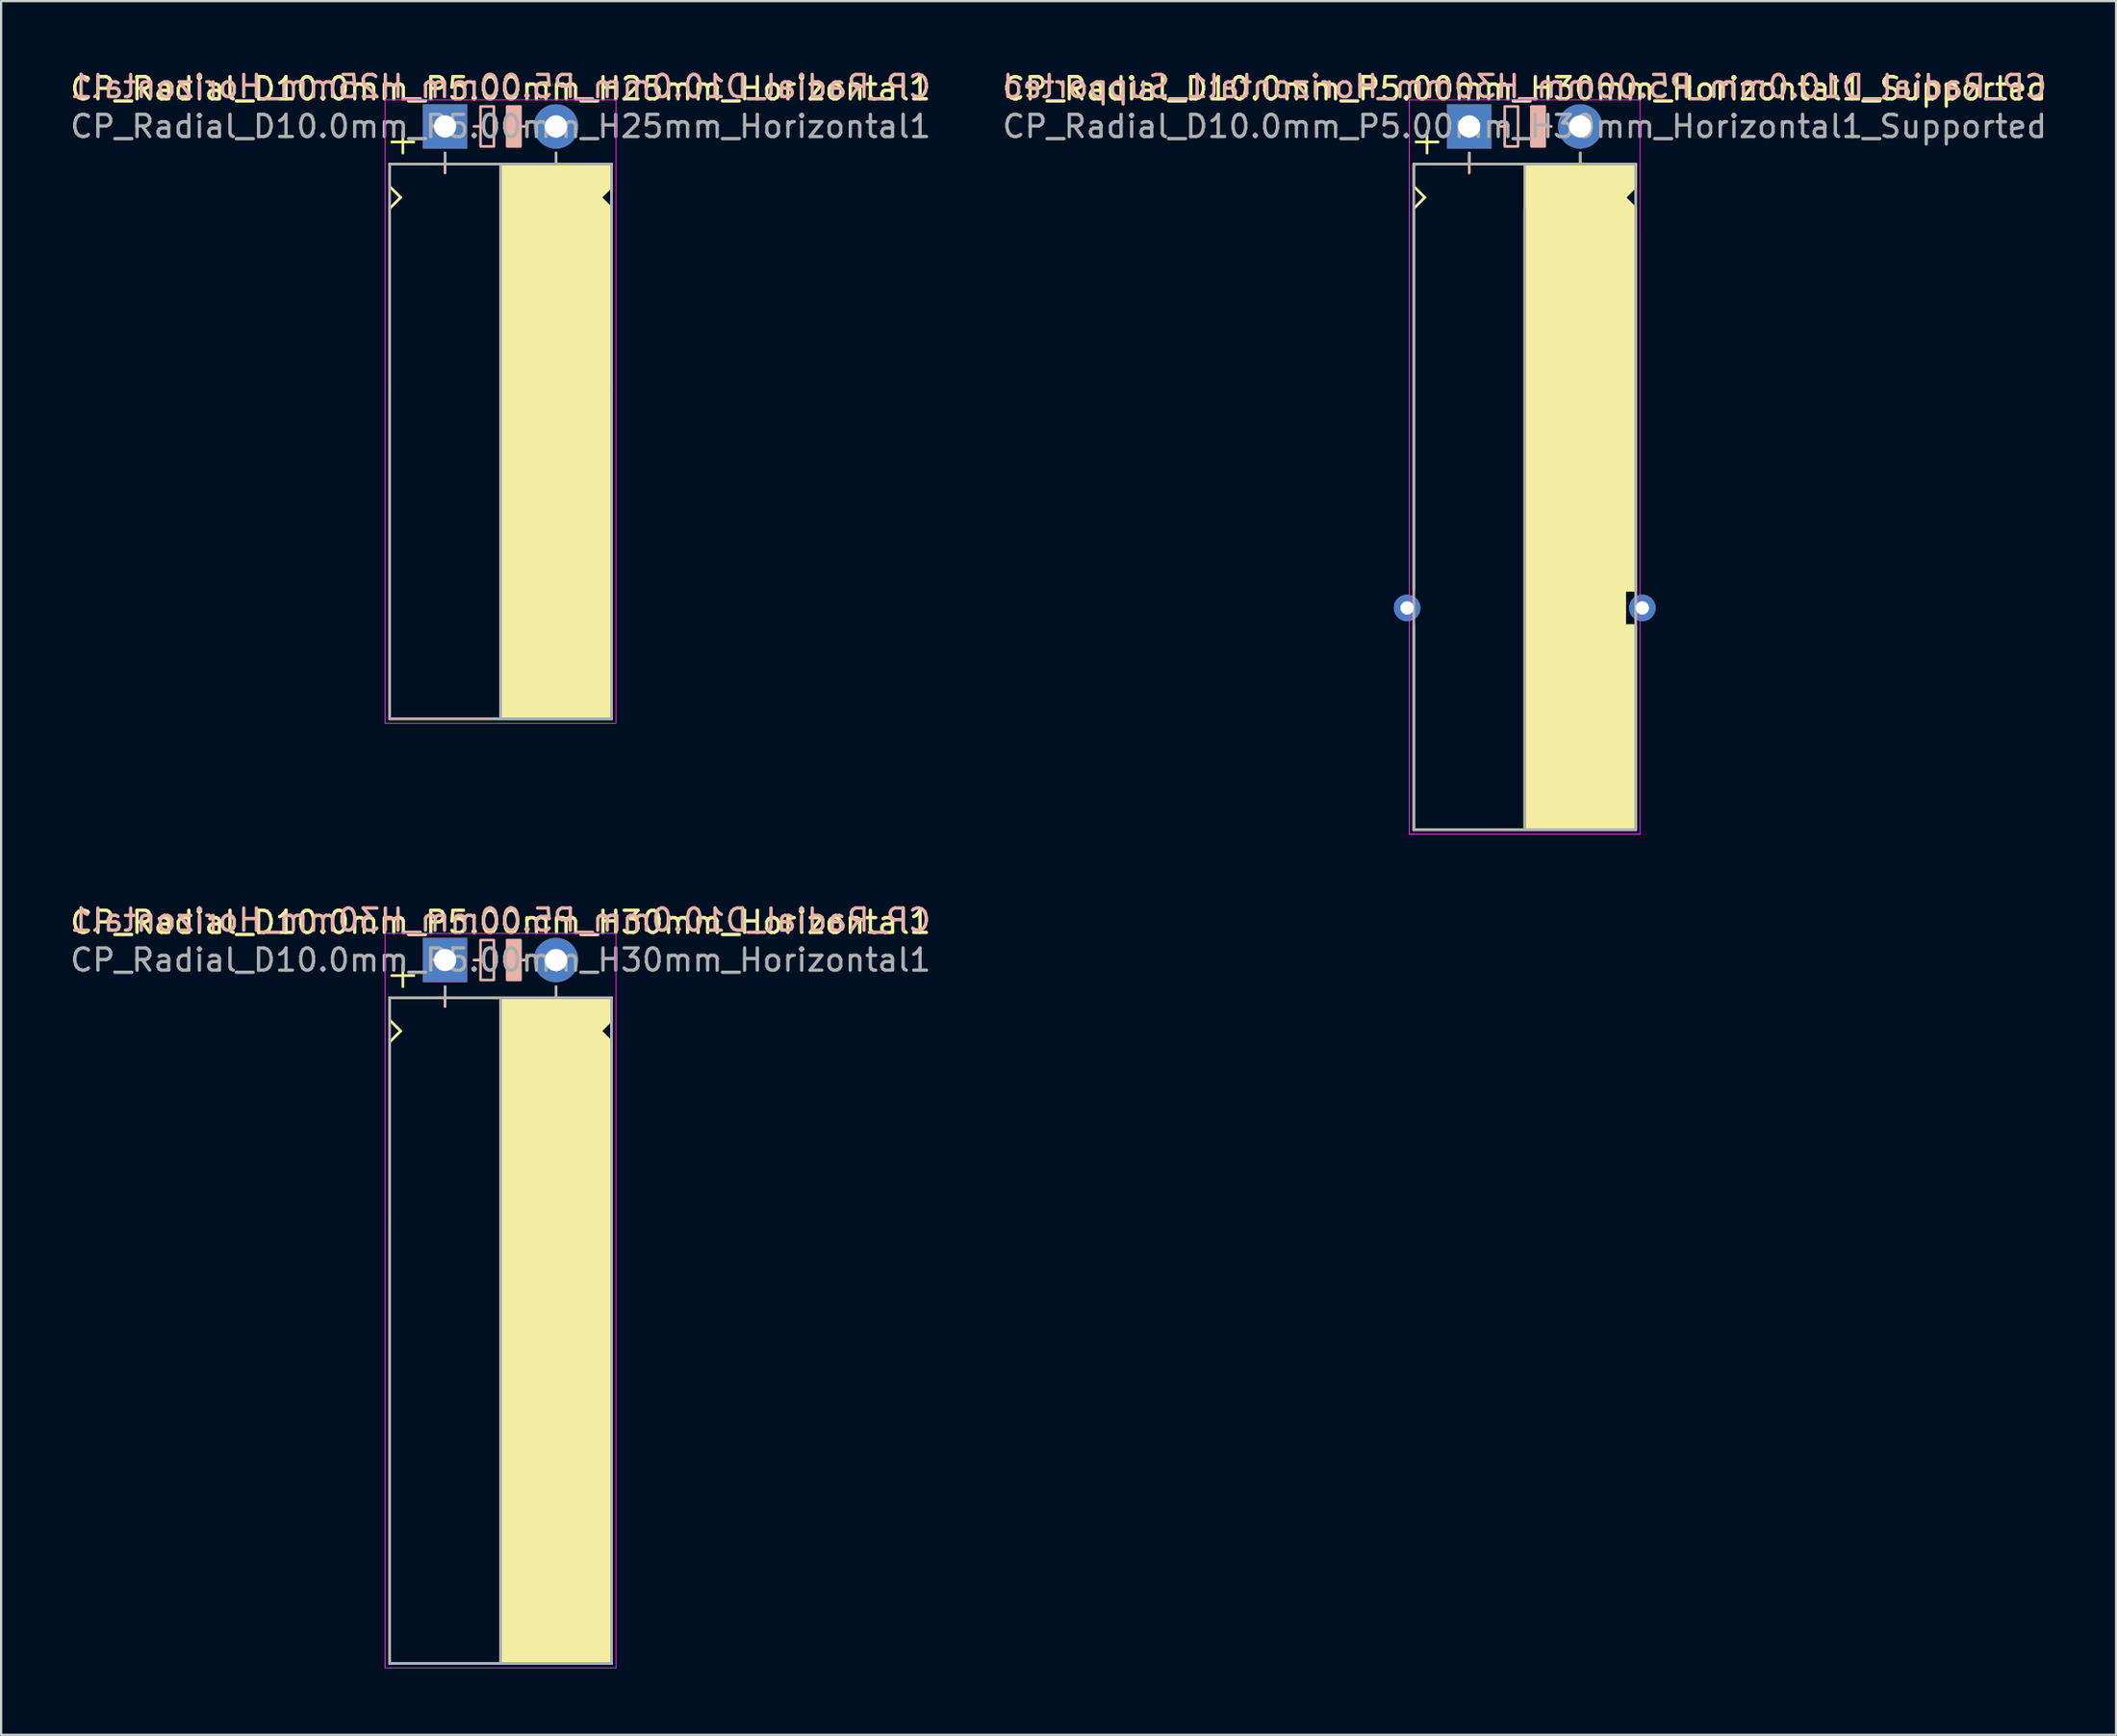
<source format=kicad_pcb>
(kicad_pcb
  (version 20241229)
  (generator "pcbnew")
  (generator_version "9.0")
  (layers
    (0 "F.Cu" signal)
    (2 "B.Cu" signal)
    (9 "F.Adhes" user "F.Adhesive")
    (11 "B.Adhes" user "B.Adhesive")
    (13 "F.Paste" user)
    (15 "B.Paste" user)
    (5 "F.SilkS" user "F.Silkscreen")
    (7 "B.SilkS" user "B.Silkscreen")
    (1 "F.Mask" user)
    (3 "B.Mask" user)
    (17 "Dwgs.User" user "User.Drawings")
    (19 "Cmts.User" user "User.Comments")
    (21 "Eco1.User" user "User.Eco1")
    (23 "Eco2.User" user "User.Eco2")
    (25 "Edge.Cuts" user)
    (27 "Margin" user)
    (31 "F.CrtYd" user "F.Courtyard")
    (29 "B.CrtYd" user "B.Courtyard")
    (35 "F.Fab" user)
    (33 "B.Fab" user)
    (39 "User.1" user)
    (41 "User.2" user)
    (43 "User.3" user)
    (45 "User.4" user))
  (footprint "CP_Radial_D10.0mm_P5.00mm_H25mm_Horizontal1"
    (layer "F.Cu")
    (at 17.006 2.648)
    (property "Reference" "CP_Radial_D10.0mm_P5.00mm_H25mm_Horizontal1" (at 2.5 -1.7 0) (layer "F.SilkS") (effects (font (size 1 1) (thickness 0.15))))
    (fp_line (start -2.5 1.7) (end -2.5 2.7) (stroke (width 0.12) (type solid)) (layer "F.SilkS"))
    (fp_line (start -2.5 2.7) (end -2 3.2) (stroke (width 0.12) (type solid)) (layer "F.SilkS"))
    (fp_line (start -2.5 3.7) (end -2.5 11.7) (stroke (width 0.12) (type solid)) (layer "F.SilkS"))
    (fp_line (start -2.5 11.7) (end -2.5 26.7) (stroke (width 0.12) (type solid)) (layer "F.SilkS"))
    (fp_line (start -2.5 26.7) (end 7.5 26.7) (stroke (width 0.12) (type solid)) (layer "F.SilkS"))
    (fp_line (start -2 3.2) (end -2.5 3.7) (stroke (width 0.12) (type solid)) (layer "F.SilkS"))
    (fp_line (start -1.9 0.2) (end -1.9 1.2) (stroke (width 0.12) (type solid)) (layer "F.SilkS"))
    (fp_line (start -1.4 0.7) (end -2.4 0.7) (stroke (width 0.12) (type solid)) (layer "F.SilkS"))
    (fp_line (start 0 1.7) (end 0 1.2) (stroke (width 0.12) (type solid)) (layer "F.SilkS"))
    (fp_line (start 2.5 1.7) (end -2.5 1.7) (stroke (width 0.12) (type solid)) (layer "F.SilkS"))
    (fp_line (start 2.5 26.7) (end 2.5 1.7) (stroke (width 0.12) (type solid)) (layer "F.SilkS"))
    (fp_line (start 5 1.7) (end 5 1.2) (stroke (width 0.12) (type solid)) (layer "F.SilkS"))
    (fp_line (start 7 3.2) (end 7.5 3.7) (stroke (width 0.12) (type solid)) (layer "F.SilkS"))
    (fp_line (start 7.5 1.7) (end 2.5 1.7) (stroke (width 0.12) (type solid)) (layer "F.SilkS"))
    (fp_line (start 7.5 1.7) (end 7.5 2.7) (stroke (width 0.12) (type solid)) (layer "F.SilkS"))
    (fp_line (start 7.5 2.7) (end 7 3.2) (stroke (width 0.12) (type solid)) (layer "F.SilkS"))
    (fp_line (start 7.5 3.7) (end 7.5 11.7) (stroke (width 0.12) (type solid)) (layer "F.SilkS"))
    (fp_line (start 7.5 11.7) (end 7.5 26.7) (stroke (width 0.12) (type solid)) (layer "F.SilkS"))
    (fp_poly (pts (xy 7.5 2.7) (xy 7 3.2) (xy 7.5 3.7) (xy 7.5 26.7) (xy 2.5 26.7) (xy 2.5 1.7) (xy 7.5 1.7)) (stroke (width 0.1) (type solid)) (fill yes) (layer "F.SilkS"))
    (fp_line (start 0 1.3) (end 0 2.1) (stroke (width 0.12) (type solid)) (layer "B.SilkS"))
    (fp_line (start 0.4 1.7) (end -0.4 1.7) (stroke (width 0.12) (type solid)) (layer "B.SilkS"))
    (fp_line (start 1.6 0) (end 1.3 0) (stroke (width 0.12) (type solid)) (layer "B.SilkS"))
    (fp_line (start 3.7 0) (end 3.4 0) (stroke (width 0.12) (type solid)) (layer "B.SilkS"))
    (fp_rect (start 2.2 -0.9) (end 1.6 0.9) (stroke (width 0.12) (type solid)) (fill no) (layer "B.SilkS"))
    (fp_rect (start 3.4 -0.9) (end 2.8 0.9) (stroke (width 0.12) (type solid)) (fill yes) (layer "B.SilkS"))
    (fp_line (start -2.7 -1.2) (end 5.3 -1.2) (stroke (width 0.04) (type solid)) (layer "F.CrtYd"))
    (fp_line (start -2.7 26.9) (end -2.7 -1.2) (stroke (width 0.04) (type solid)) (layer "F.CrtYd"))
    (fp_line (start 5.3 -1.2) (end 7.7 -1.2) (stroke (width 0.04) (type solid)) (layer "F.CrtYd"))
    (fp_line (start 7.7 -1.2) (end 7.7 26.9) (stroke (width 0.04) (type solid)) (layer "F.CrtYd"))
    (fp_line (start 7.7 26.9) (end -2.7 26.9) (stroke (width 0.04) (type solid)) (layer "F.CrtYd"))
    (fp_line (start -2.5 1.7) (end -2.5 26.7) (stroke (width 0.12) (type solid)) (layer "F.Fab"))
    (fp_line (start -2.5 26.7) (end 7.5 26.7) (stroke (width 0.12) (type solid)) (layer "F.Fab"))
    (fp_line (start 0 1.7) (end 0 1.2) (stroke (width 0.12) (type solid)) (layer "F.Fab"))
    (fp_line (start 2.5 1.7) (end 2.5 26.7) (stroke (width 0.12) (type solid)) (layer "F.Fab"))
    (fp_line (start 5 1.7) (end 5 1.2) (stroke (width 0.12) (type solid)) (layer "F.Fab"))
    (fp_line (start 7.5 1.7) (end -2.5 1.7) (stroke (width 0.12) (type solid)) (layer "F.Fab"))
    (fp_line (start 7.5 26.7) (end 7.5 1.7) (stroke (width 0.12) (type solid)) (layer "F.Fab"))
    (fp_poly (pts (xy 7.5 26.7) (xy 2.5 26.7) (xy 2.5 1.7) (xy 7.5 1.7)) (stroke (width 0.1) (type solid)) (fill no) (layer "F.Fab"))
    (fp_text user "${REFERENCE}" (at 2.5 -1.8 0) (layer "B.SilkS") (effects (font (size 1 1) (thickness 0.15)) (justify mirror)))
    (fp_text user "${REFERENCE}" (at 2.5 0 0) (layer "F.Fab") (effects (font (size 1 1) (thickness 0.15))))
    (pad "1" thru_hole rect (at 0 0) (size 2 2) (drill 1) (layers "*.Cu" "*.Mask"))
    (pad "2" thru_hole circle (at 5 0) (size 2 2) (drill 1) (layers "*.Cu" "*.Mask")))
  (footprint "CP_Radial_D10.0mm_P5.00mm_H30mm_Horizontal1_Supported"
    (layer "F.Cu")
    (at 63.161 2.648)
    (property "Reference" "CP_Radial_D10.0mm_P5.00mm_H30mm_Horizontal1_Supported" (at 2.5 -1.7 0) (layer "F.SilkS") (effects (font (size 1 1) (thickness 0.15))))
    (fp_line (start -2.5 1.7) (end -2.5 2.7) (stroke (width 0.12) (type solid)) (layer "F.SilkS"))
    (fp_line (start -2.5 2.7) (end -2 3.2) (stroke (width 0.12) (type solid)) (layer "F.SilkS"))
    (fp_line (start -2.5 3.8) (end -2.5 20.9) (stroke (width 0.12) (type solid)) (layer "F.SilkS"))
    (fp_line (start -2.5 22.5) (end -2.5 31.7) (stroke (width 0.12) (type solid)) (layer "F.SilkS"))
    (fp_line (start -2.5 31.7) (end 7.5 31.7) (stroke (width 0.12) (type solid)) (layer "F.SilkS"))
    (fp_line (start -2 3.2) (end -2.5 3.7) (stroke (width 0.12) (type solid)) (layer "F.SilkS"))
    (fp_line (start -1.9 0.2) (end -1.9 1.2) (stroke (width 0.12) (type solid)) (layer "F.SilkS"))
    (fp_line (start -1.4 0.7) (end -2.4 0.7) (stroke (width 0.12) (type solid)) (layer "F.SilkS"))
    (fp_line (start 0 1.7) (end 0 1.2) (stroke (width 0.12) (type solid)) (layer "F.SilkS"))
    (fp_line (start 2.5 1.7) (end -2.5 1.7) (stroke (width 0.12) (type solid)) (layer "F.SilkS"))
    (fp_line (start 2.5 31.7) (end 2.5 3.7) (stroke (width 0.12) (type solid)) (layer "F.SilkS"))
    (fp_line (start 5 1.7) (end 5 1.2) (stroke (width 0.12) (type solid)) (layer "F.SilkS"))
    (fp_line (start 7 3.2) (end 7.5 3.7) (stroke (width 0.12) (type solid)) (layer "F.SilkS"))
    (fp_line (start 7 20.9) (end 7.5 20.9) (stroke (width 0.12) (type solid)) (layer "F.SilkS"))
    (fp_line (start 7 21.9) (end 7 20.9) (stroke (width 0.12) (type solid)) (layer "F.SilkS"))
    (fp_line (start 7 22.5) (end 7 21.9) (stroke (width 0.12) (type solid)) (layer "F.SilkS"))
    (fp_line (start 7.5 1.7) (end 2.5 1.7) (stroke (width 0.12) (type solid)) (layer "F.SilkS"))
    (fp_line (start 7.5 1.7) (end 7.5 2.7) (stroke (width 0.12) (type solid)) (layer "F.SilkS"))
    (fp_line (start 7.5 2.7) (end 7 3.2) (stroke (width 0.12) (type solid)) (layer "F.SilkS"))
    (fp_line (start 7.5 4.7) (end 7.5 20.9) (stroke (width 0.12) (type solid)) (layer "F.SilkS"))
    (fp_line (start 7.5 22.5) (end 7 22.5) (stroke (width 0.12) (type solid)) (layer "F.SilkS"))
    (fp_line (start 7.5 22.5) (end 7.5 31.7) (stroke (width 0.12) (type solid)) (layer "F.SilkS"))
    (fp_poly (pts (xy 7.5 2.7) (xy 7 3.2) (xy 7.5 3.7) (xy 7.5 20.9) (xy 7 20.9) (xy 7 22.5) (xy 7.5 22.5) (xy 7.5 31.7) (xy 2.5 31.7) (xy 2.5 1.7) (xy 7.5 1.7)) (stroke (width 0.1) (type solid)) (fill yes) (layer "F.SilkS"))
    (fp_line (start 0 1.3) (end 0 2.1) (stroke (width 0.12) (type solid)) (layer "B.SilkS"))
    (fp_line (start 0.4 1.7) (end -0.4 1.7) (stroke (width 0.12) (type solid)) (layer "B.SilkS"))
    (fp_line (start 1.6 0) (end 1.3 0) (stroke (width 0.12) (type solid)) (layer "B.SilkS"))
    (fp_line (start 3.7 0) (end 3.4 0) (stroke (width 0.12) (type solid)) (layer "B.SilkS"))
    (fp_rect (start 2.2 -0.9) (end 1.6 0.9) (stroke (width 0.12) (type solid)) (fill no) (layer "B.SilkS"))
    (fp_rect (start 3.4 -0.9) (end 2.8 0.9) (stroke (width 0.12) (type solid)) (fill yes) (layer "B.SilkS"))
    (fp_line (start -2.7 -1.2) (end 5.3 -1.2) (stroke (width 0.04) (type solid)) (layer "F.CrtYd"))
    (fp_line (start -2.7 31.9) (end -2.7 -1.2) (stroke (width 0.04) (type solid)) (layer "F.CrtYd"))
    (fp_line (start 5.3 -1.2) (end 7.7 -1.2) (stroke (width 0.04) (type solid)) (layer "F.CrtYd"))
    (fp_line (start 7.7 -1.2) (end 7.7 31.9) (stroke (width 0.04) (type solid)) (layer "F.CrtYd"))
    (fp_line (start 7.7 31.9) (end -2.7 31.9) (stroke (width 0.04) (type solid)) (layer "F.CrtYd"))
    (fp_line (start -2.5 1.7) (end -2.5 31.7) (stroke (width 0.12) (type solid)) (layer "F.Fab"))
    (fp_line (start -2.5 31.7) (end 7.5 31.7) (stroke (width 0.12) (type solid)) (layer "F.Fab"))
    (fp_line (start 0 1.7) (end 0 1.2) (stroke (width 0.12) (type solid)) (layer "F.Fab"))
    (fp_line (start 2.5 3.7) (end 2.5 31.7) (stroke (width 0.12) (type solid)) (layer "F.Fab"))
    (fp_line (start 5 1.7) (end 5 1.2) (stroke (width 0.12) (type solid)) (layer "F.Fab"))
    (fp_line (start 7.5 1.7) (end -2.5 1.7) (stroke (width 0.12) (type solid)) (layer "F.Fab"))
    (fp_line (start 7.5 31.7) (end 7.5 1.7) (stroke (width 0.12) (type solid)) (layer "F.Fab"))
    (fp_poly (pts (xy 7.5 31.7) (xy 2.5 31.7) (xy 2.5 1.7) (xy 7.5 1.7)) (stroke (width 0.1) (type solid)) (fill no) (layer "F.Fab"))
    (fp_text user "${REFERENCE}" (at 2.5 -1.8 0) (layer "B.SilkS") (effects (font (size 1 1) (thickness 0.15)) (justify mirror)))
    (fp_text user "${REFERENCE}" (at 2.5 0 0) (layer "F.Fab") (effects (font (size 1 1) (thickness 0.15))))
    (pad "1" thru_hole rect (at 0 0) (size 2 2) (drill 1) (layers "*.Cu" "*.Mask"))
    (pad "2" thru_hole circle (at 5 0) (size 2 2) (drill 1) (layers "*.Cu" "*.Mask"))
    (pad "~" thru_hole circle (at -2.8 21.7) (size 1.2 1.2) (drill 0.6) (layers "*.Cu" "*.Mask"))
    (pad "~" thru_hole circle (at 7.8 21.7) (size 1.2 1.2) (drill 0.6) (layers "*.Cu" "*.Mask")))
  (footprint "CP_Radial_D10.0mm_P5.00mm_H30mm_Horizontal1"
    (layer "F.Cu")
    (at 17.006 40.217)
    (property "Reference" "CP_Radial_D10.0mm_P5.00mm_H30mm_Horizontal1" (at 2.5 -1.7 0) (layer "F.SilkS") (effects (font (size 1 1) (thickness 0.15))))
    (fp_line (start -2.5 1.7) (end -2.5 2.7) (stroke (width 0.12) (type solid)) (layer "F.SilkS"))
    (fp_line (start -2.5 2.7) (end -2 3.2) (stroke (width 0.12) (type solid)) (layer "F.SilkS"))
    (fp_line (start -2.5 3.7) (end -2.5 11.7) (stroke (width 0.12) (type solid)) (layer "F.SilkS"))
    (fp_line (start -2.5 11.7) (end -2.5 31.7) (stroke (width 0.12) (type solid)) (layer "F.SilkS"))
    (fp_line (start -2.5 31.7) (end 7.5 31.7) (stroke (width 0.12) (type solid)) (layer "F.SilkS"))
    (fp_line (start -2 3.2) (end -2.5 3.7) (stroke (width 0.12) (type solid)) (layer "F.SilkS"))
    (fp_line (start -1.9 0.2) (end -1.9 1.2) (stroke (width 0.12) (type solid)) (layer "F.SilkS"))
    (fp_line (start -1.4 0.7) (end -2.4 0.7) (stroke (width 0.12) (type solid)) (layer "F.SilkS"))
    (fp_line (start 0 1.7) (end 0 1.2) (stroke (width 0.12) (type solid)) (layer "F.SilkS"))
    (fp_line (start 2.5 1.7) (end -2.5 1.7) (stroke (width 0.12) (type solid)) (layer "F.SilkS"))
    (fp_line (start 2.5 31.7) (end 2.5 1.7) (stroke (width 0.12) (type solid)) (layer "F.SilkS"))
    (fp_line (start 5 1.7) (end 5 1.2) (stroke (width 0.12) (type solid)) (layer "F.SilkS"))
    (fp_line (start 7 3.2) (end 7.5 3.7) (stroke (width 0.12) (type solid)) (layer "F.SilkS"))
    (fp_line (start 7.5 1.7) (end 2.5 1.7) (stroke (width 0.12) (type solid)) (layer "F.SilkS"))
    (fp_line (start 7.5 1.7) (end 7.5 2.7) (stroke (width 0.12) (type solid)) (layer "F.SilkS"))
    (fp_line (start 7.5 2.7) (end 7 3.2) (stroke (width 0.12) (type solid)) (layer "F.SilkS"))
    (fp_line (start 7.5 3.7) (end 7.5 11.7) (stroke (width 0.12) (type solid)) (layer "F.SilkS"))
    (fp_line (start 7.5 11.7) (end 7.5 31.7) (stroke (width 0.12) (type solid)) (layer "F.SilkS"))
    (fp_poly (pts (xy 7.5 2.7) (xy 7 3.2) (xy 7.5 3.7) (xy 7.5 31.7) (xy 2.5 31.7) (xy 2.5 1.7) (xy 7.5 1.7)) (stroke (width 0.1) (type solid)) (fill yes) (layer "F.SilkS"))
    (fp_line (start 0 1.3) (end 0 2.1) (stroke (width 0.12) (type solid)) (layer "B.SilkS"))
    (fp_line (start 0.4 1.7) (end -0.4 1.7) (stroke (width 0.12) (type solid)) (layer "B.SilkS"))
    (fp_line (start 1.6 0) (end 1.3 0) (stroke (width 0.12) (type solid)) (layer "B.SilkS"))
    (fp_line (start 3.7 0) (end 3.4 0) (stroke (width 0.12) (type solid)) (layer "B.SilkS"))
    (fp_rect (start 2.2 -0.9) (end 1.6 0.9) (stroke (width 0.12) (type solid)) (fill no) (layer "B.SilkS"))
    (fp_rect (start 3.4 -0.9) (end 2.8 0.9) (stroke (width 0.12) (type solid)) (fill yes) (layer "B.SilkS"))
    (fp_line (start -2.7 -1.2) (end 5.3 -1.2) (stroke (width 0.04) (type solid)) (layer "F.CrtYd"))
    (fp_line (start -2.7 31.9) (end -2.7 -1.2) (stroke (width 0.04) (type solid)) (layer "F.CrtYd"))
    (fp_line (start 5.3 -1.2) (end 7.7 -1.2) (stroke (width 0.04) (type solid)) (layer "F.CrtYd"))
    (fp_line (start 7.7 -1.2) (end 7.7 31.9) (stroke (width 0.04) (type solid)) (layer "F.CrtYd"))
    (fp_line (start 7.7 31.9) (end -2.7 31.9) (stroke (width 0.04) (type solid)) (layer "F.CrtYd"))
    (fp_line (start -2.5 1.7) (end -2.5 31.7) (stroke (width 0.12) (type solid)) (layer "F.Fab"))
    (fp_line (start -2.5 31.7) (end 7.5 31.7) (stroke (width 0.12) (type solid)) (layer "F.Fab"))
    (fp_line (start 0 1.7) (end 0 1.2) (stroke (width 0.12) (type solid)) (layer "F.Fab"))
    (fp_line (start 2.5 1.7) (end 2.5 31.7) (stroke (width 0.12) (type solid)) (layer "F.Fab"))
    (fp_line (start 5 1.7) (end 5 1.2) (stroke (width 0.12) (type solid)) (layer "F.Fab"))
    (fp_line (start 7.5 1.7) (end -2.5 1.7) (stroke (width 0.12) (type solid)) (layer "F.Fab"))
    (fp_line (start 7.5 31.7) (end 7.5 1.7) (stroke (width 0.12) (type solid)) (layer "F.Fab"))
    (fp_poly (pts (xy 7.5 31.7) (xy 2.5 31.7) (xy 2.5 1.7) (xy 7.5 1.7)) (stroke (width 0.1) (type solid)) (fill no) (layer "F.Fab"))
    (fp_text user "${REFERENCE}" (at 2.5 -1.8 0) (layer "B.SilkS") (effects (font (size 1 1) (thickness 0.15)) (justify mirror)))
    (fp_text user "${REFERENCE}" (at 2.5 0 0) (layer "F.Fab") (effects (font (size 1 1) (thickness 0.15))))
    (pad "1" thru_hole rect (at 0 0) (size 2 2) (drill 1) (layers "*.Cu" "*.Mask"))
    (pad "2" thru_hole circle (at 5 0) (size 2 2) (drill 1) (layers "*.Cu" "*.Mask")))
  (gr_rect
    (start -3 -3)
    (end 92.31 75.136)
    (stroke (width 0.1) (type default))
    (fill no)
    (layer "Edge.Cuts")))
</source>
